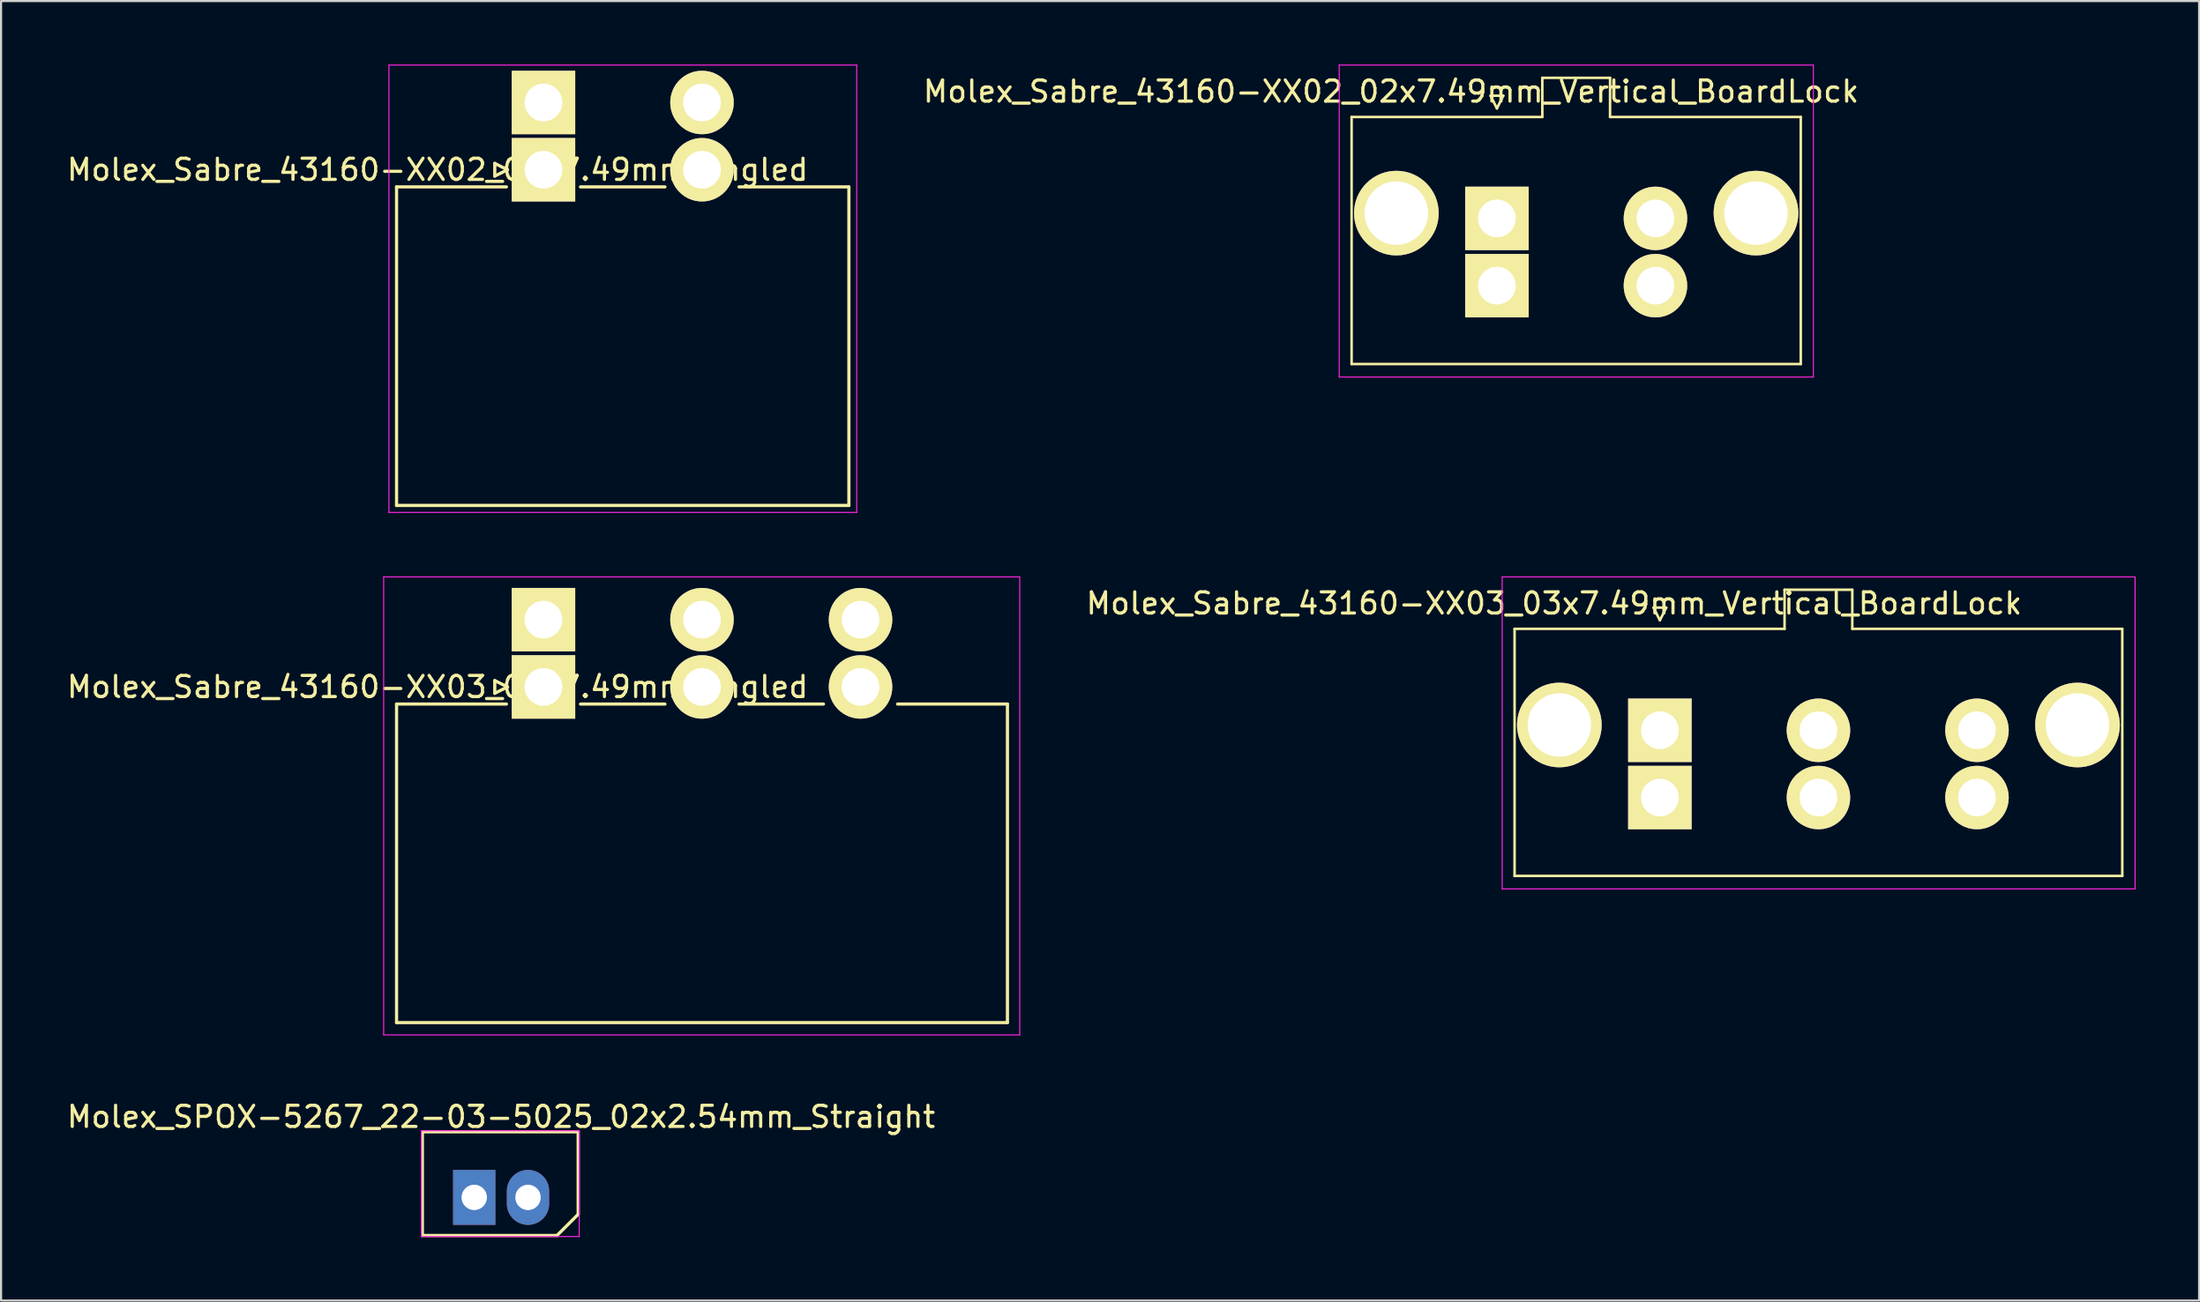
<source format=kicad_pcb>
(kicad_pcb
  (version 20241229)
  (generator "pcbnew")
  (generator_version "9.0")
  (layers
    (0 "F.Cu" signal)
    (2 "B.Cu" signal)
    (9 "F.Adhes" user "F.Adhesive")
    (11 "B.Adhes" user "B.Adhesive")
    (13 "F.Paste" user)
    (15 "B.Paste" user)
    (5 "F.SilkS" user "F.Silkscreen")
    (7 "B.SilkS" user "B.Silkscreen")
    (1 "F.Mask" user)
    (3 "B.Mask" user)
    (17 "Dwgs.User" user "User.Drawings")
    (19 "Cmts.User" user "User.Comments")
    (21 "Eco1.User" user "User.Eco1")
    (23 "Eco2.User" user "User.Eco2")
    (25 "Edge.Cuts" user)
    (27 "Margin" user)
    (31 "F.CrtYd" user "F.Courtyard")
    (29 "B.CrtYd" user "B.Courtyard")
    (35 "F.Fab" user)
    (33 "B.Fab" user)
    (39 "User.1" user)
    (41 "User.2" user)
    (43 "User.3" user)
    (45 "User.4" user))
  (footprint "Molex_Sabre_43160-XX02_02x7.49mm_Angled"
    (layer "F.Cu")
    (at 22.625 4.975)
    (property "Reference" "Molex_Sabre_43160-XX02_02x7.49mm_Angled" (at -5 0 0) (layer "F.SilkS") (effects (font (size 1 1) (thickness 0.15))))
    (attr through_hole)
    (fp_line (start -6.94 0.81) (end -6.94 15.87) (stroke (width 0.15) (type solid)) (layer "F.SilkS"))
    (fp_line (start -6.94 0.81) (end -1.75 0.81) (stroke (width 0.15) (type solid)) (layer "F.SilkS"))
    (fp_line (start -6.94 15.87) (end 14.43 15.87) (stroke (width 0.15) (type solid)) (layer "F.SilkS"))
    (fp_line (start -2.3 -0.3) (end -1.7 0) (stroke (width 0.15) (type solid)) (layer "F.SilkS"))
    (fp_line (start -2.3 0.3) (end -2.3 -0.3) (stroke (width 0.15) (type solid)) (layer "F.SilkS"))
    (fp_line (start -1.7 0) (end -2.3 0.3) (stroke (width 0.15) (type solid)) (layer "F.SilkS"))
    (fp_line (start 1.75 0.81) (end 5.74 0.81) (stroke (width 0.15) (type solid)) (layer "F.SilkS"))
    (fp_line (start 9.24 0.81) (end 14.43 0.81) (stroke (width 0.15) (type solid)) (layer "F.SilkS"))
    (fp_line (start 14.43 15.87) (end 14.43 0.81) (stroke (width 0.15) (type solid)) (layer "F.SilkS"))
    (fp_line (start -7.3 -4.95) (end -7.3 16.2) (stroke (width 0.05) (type solid)) (layer "F.CrtYd"))
    (fp_line (start -7.3 16.2) (end 14.8 16.2) (stroke (width 0.05) (type solid)) (layer "F.CrtYd"))
    (fp_line (start 14.8 -4.95) (end -7.3 -4.95) (stroke (width 0.05) (type solid)) (layer "F.CrtYd"))
    (fp_line (start 14.8 16.2) (end 14.8 -4.95) (stroke (width 0.05) (type solid)) (layer "F.CrtYd"))
    (pad "1" thru_hole rect (at 0 -3.18) (size 3 3) (drill 1.78) (layers "*.Cu" "*.Mask" "F.SilkS"))
    (pad "1" thru_hole rect (at 0 0) (size 3 3) (drill 1.78) (layers "*.Cu" "*.Mask" "F.SilkS"))
    (pad "2" thru_hole circle (at 7.49 -3.18) (size 3 3) (drill 1.78) (layers "*.Cu" "*.Mask" "F.SilkS"))
    (pad "2" thru_hole circle (at 7.49 0) (size 3 3) (drill 1.78) (layers "*.Cu" "*.Mask" "F.SilkS")))
  (footprint "Molex_SPOX-5267_22-03-5025_02x2.54mm_Straight"
    (layer "F.Cu")
    (at 19.355 53.558)
    (property "Reference" "Molex_SPOX-5267_22-03-5025_02x2.54mm_Straight" (at 1.27 -3.81 0) (layer "F.SilkS") (effects (font (size 1 1) (thickness 0.15))))
    (attr through_hole)
    (fp_line (start -2.45 -3.1) (end -2.45 1.8) (stroke (width 0.15) (type solid)) (layer "F.SilkS"))
    (fp_line (start -2.45 1.8) (end 3.91 1.8) (stroke (width 0.15) (type solid)) (layer "F.SilkS"))
    (fp_line (start 3.91 1.8) (end 4.91 0.8) (stroke (width 0.15) (type solid)) (layer "F.SilkS"))
    (fp_line (start 4.91 -3.1) (end -2.45 -3.1) (stroke (width 0.15) (type solid)) (layer "F.SilkS"))
    (fp_line (start 4.91 0.8) (end 4.91 -3.1) (stroke (width 0.15) (type solid)) (layer "F.SilkS"))
    (fp_line (start -2.5 -3.15) (end 4.96 -3.15) (stroke (width 0.05) (type solid)) (layer "F.CrtYd"))
    (fp_line (start -2.5 1.85) (end -2.5 -3.15) (stroke (width 0.05) (type solid)) (layer "F.CrtYd"))
    (fp_line (start 4.96 -3.15) (end 4.96 1.85) (stroke (width 0.05) (type solid)) (layer "F.CrtYd"))
    (fp_line (start 4.96 1.85) (end -2.5 1.85) (stroke (width 0.05) (type solid)) (layer "F.CrtYd"))
    (pad "1" thru_hole rect (at 0 0) (size 2 2.6) (drill 1.2) (layers "*.Cu" "*.Mask"))
    (pad "2" thru_hole oval (at 2.54 0) (size 2 2.6) (drill 1.2) (layers "*.Cu" "*.Mask")))
  (footprint "Molex_Sabre_43160-XX03_03x7.49mm_Angled"
    (layer "F.Cu")
    (at 22.625 29.425)
    (property "Reference" "Molex_Sabre_43160-XX03_03x7.49mm_Angled" (at -5 0 0) (layer "F.SilkS") (effects (font (size 1 1) (thickness 0.15))))
    (attr through_hole)
    (fp_line (start -6.94 0.81) (end -6.94 15.87) (stroke (width 0.15) (type solid)) (layer "F.SilkS"))
    (fp_line (start -6.94 0.81) (end -1.75 0.81) (stroke (width 0.15) (type solid)) (layer "F.SilkS"))
    (fp_line (start -6.94 15.87) (end 21.92 15.87) (stroke (width 0.15) (type solid)) (layer "F.SilkS"))
    (fp_line (start -2.3 -0.3) (end -1.7 0) (stroke (width 0.15) (type solid)) (layer "F.SilkS"))
    (fp_line (start -2.3 0.3) (end -2.3 -0.3) (stroke (width 0.15) (type solid)) (layer "F.SilkS"))
    (fp_line (start -1.7 0) (end -2.3 0.3) (stroke (width 0.15) (type solid)) (layer "F.SilkS"))
    (fp_line (start 1.75 0.81) (end 5.74 0.81) (stroke (width 0.15) (type solid)) (layer "F.SilkS"))
    (fp_line (start 9.24 0.81) (end 13.23 0.81) (stroke (width 0.15) (type solid)) (layer "F.SilkS"))
    (fp_line (start 16.73 0.81) (end 21.92 0.81) (stroke (width 0.15) (type solid)) (layer "F.SilkS"))
    (fp_line (start 21.92 15.87) (end 21.92 0.81) (stroke (width 0.15) (type solid)) (layer "F.SilkS"))
    (fp_line (start -7.55 -5.2) (end -7.55 16.45) (stroke (width 0.05) (type solid)) (layer "F.CrtYd"))
    (fp_line (start -7.55 16.45) (end 22.5 16.45) (stroke (width 0.05) (type solid)) (layer "F.CrtYd"))
    (fp_line (start 22.5 -5.2) (end -7.55 -5.2) (stroke (width 0.05) (type solid)) (layer "F.CrtYd"))
    (fp_line (start 22.5 16.45) (end 22.5 -5.2) (stroke (width 0.05) (type solid)) (layer "F.CrtYd"))
    (pad "1" thru_hole rect (at 0 -3.18) (size 3 3) (drill 1.78) (layers "*.Cu" "*.Mask" "F.SilkS"))
    (pad "1" thru_hole rect (at 0 0) (size 3 3) (drill 1.78) (layers "*.Cu" "*.Mask" "F.SilkS"))
    (pad "2" thru_hole circle (at 7.49 -3.18) (size 3 3) (drill 1.78) (layers "*.Cu" "*.Mask" "F.SilkS"))
    (pad "2" thru_hole circle (at 7.49 0) (size 3 3) (drill 1.78) (layers "*.Cu" "*.Mask" "F.SilkS"))
    (pad "3" thru_hole circle (at 14.98 -3.18) (size 3 3) (drill 1.78) (layers "*.Cu" "*.Mask" "F.SilkS"))
    (pad "3" thru_hole circle (at 14.98 0) (size 3 3) (drill 1.78) (layers "*.Cu" "*.Mask" "F.SilkS")))
  (footprint "Molex_Sabre_43160-XX02_02x7.49mm_Vertical_BoardLock"
    (layer "F.Cu")
    (at 67.67 7.275)
    (property "Reference" "Molex_Sabre_43160-XX02_02x7.49mm_Vertical_BoardLock" (at -5 -6 0) (layer "F.SilkS") (effects (font (size 1 1) (thickness 0.15))))
    (attr through_hole)
    (fp_line (start -6.865 -4.795) (end 2.145 -4.795) (stroke (width 0.12) (type solid)) (layer "F.SilkS"))
    (fp_line (start -6.865 6.885) (end -6.865 -4.795) (stroke (width 0.12) (type solid)) (layer "F.SilkS"))
    (fp_line (start -0.3 -5.8) (end 0 -5.2) (stroke (width 0.12) (type solid)) (layer "F.SilkS"))
    (fp_line (start 0 -5.2) (end 0.3 -5.8) (stroke (width 0.12) (type solid)) (layer "F.SilkS"))
    (fp_line (start 0.3 -5.8) (end -0.3 -5.8) (stroke (width 0.12) (type solid)) (layer "F.SilkS"))
    (fp_line (start 2.145 -6.645) (end 5.345 -6.645) (stroke (width 0.12) (type solid)) (layer "F.SilkS"))
    (fp_line (start 2.145 -4.795) (end 2.145 -6.645) (stroke (width 0.12) (type solid)) (layer "F.SilkS"))
    (fp_line (start 5.345 -6.645) (end 5.345 -4.795) (stroke (width 0.12) (type solid)) (layer "F.SilkS"))
    (fp_line (start 5.345 -4.795) (end 14.355 -4.795) (stroke (width 0.12) (type solid)) (layer "F.SilkS"))
    (fp_line (start 14.355 -4.795) (end 14.355 6.885) (stroke (width 0.12) (type solid)) (layer "F.SilkS"))
    (fp_line (start 14.355 6.885) (end -6.865 6.885) (stroke (width 0.12) (type solid)) (layer "F.SilkS"))
    (fp_line (start -7.45 -7.25) (end -7.45 7.5) (stroke (width 0.05) (type solid)) (layer "F.CrtYd"))
    (fp_line (start -7.45 7.5) (end 14.95 7.5) (stroke (width 0.05) (type solid)) (layer "F.CrtYd"))
    (fp_line (start 14.95 -7.25) (end -7.45 -7.25) (stroke (width 0.05) (type solid)) (layer "F.CrtYd"))
    (fp_line (start 14.95 7.5) (end 14.95 -7.25) (stroke (width 0.05) (type solid)) (layer "F.CrtYd"))
    (pad "" thru_hole circle (at -4.75 -0.25) (size 4 4) (drill 3) (layers "*.Cu" "*.Mask" "F.SilkS"))
    (pad "" thru_hole circle (at 12.24 -0.25) (size 4 4) (drill 3) (layers "*.Cu" "*.Mask" "F.SilkS"))
    (pad "1" thru_hole rect (at 0 0) (size 3 3) (drill 1.78) (layers "*.Cu" "*.Mask" "F.SilkS"))
    (pad "1" thru_hole rect (at 0 3.18) (size 3 3) (drill 1.78) (layers "*.Cu" "*.Mask" "F.SilkS"))
    (pad "2" thru_hole circle (at 7.49 0) (size 3 3) (drill 1.78) (layers "*.Cu" "*.Mask" "F.SilkS"))
    (pad "2" thru_hole circle (at 7.49 3.18) (size 3 3) (drill 1.78) (layers "*.Cu" "*.Mask" "F.SilkS")))
  (footprint "Molex_Sabre_43160-XX03_03x7.49mm_Vertical_BoardLock"
    (layer "F.Cu")
    (at 75.37 31.475)
    (property "Reference" "Molex_Sabre_43160-XX03_03x7.49mm_Vertical_BoardLock" (at -5 -6 0) (layer "F.SilkS") (effects (font (size 1 1) (thickness 0.15))))
    (attr through_hole)
    (fp_line (start -6.865 -4.795) (end 5.89 -4.795) (stroke (width 0.12) (type solid)) (layer "F.SilkS"))
    (fp_line (start -6.865 6.885) (end -6.865 -4.795) (stroke (width 0.12) (type solid)) (layer "F.SilkS"))
    (fp_line (start -0.3 -5.8) (end 0 -5.2) (stroke (width 0.12) (type solid)) (layer "F.SilkS"))
    (fp_line (start 0 -5.2) (end 0.3 -5.8) (stroke (width 0.12) (type solid)) (layer "F.SilkS"))
    (fp_line (start 0.3 -5.8) (end -0.3 -5.8) (stroke (width 0.12) (type solid)) (layer "F.SilkS"))
    (fp_line (start 5.89 -6.645) (end 9.09 -6.645) (stroke (width 0.12) (type solid)) (layer "F.SilkS"))
    (fp_line (start 5.89 -4.795) (end 5.89 -6.645) (stroke (width 0.12) (type solid)) (layer "F.SilkS"))
    (fp_line (start 9.09 -6.645) (end 9.09 -4.795) (stroke (width 0.12) (type solid)) (layer "F.SilkS"))
    (fp_line (start 9.09 -4.795) (end 21.845 -4.795) (stroke (width 0.12) (type solid)) (layer "F.SilkS"))
    (fp_line (start 21.845 -4.795) (end 21.845 6.885) (stroke (width 0.12) (type solid)) (layer "F.SilkS"))
    (fp_line (start 21.845 6.885) (end -6.865 6.885) (stroke (width 0.12) (type solid)) (layer "F.SilkS"))
    (fp_line (start -7.45 -7.25) (end -7.45 7.5) (stroke (width 0.05) (type solid)) (layer "F.CrtYd"))
    (fp_line (start -7.45 7.5) (end 22.45 7.5) (stroke (width 0.05) (type solid)) (layer "F.CrtYd"))
    (fp_line (start 22.45 -7.25) (end -7.45 -7.25) (stroke (width 0.05) (type solid)) (layer "F.CrtYd"))
    (fp_line (start 22.45 7.5) (end 22.45 -7.25) (stroke (width 0.05) (type solid)) (layer "F.CrtYd"))
    (pad "" thru_hole circle (at -4.75 -0.25) (size 4 4) (drill 3) (layers "*.Cu" "*.Mask" "F.SilkS"))
    (pad "" thru_hole circle (at 19.73 -0.25) (size 4 4) (drill 3) (layers "*.Cu" "*.Mask" "F.SilkS"))
    (pad "1" thru_hole rect (at 0 0) (size 3 3) (drill 1.78) (layers "*.Cu" "*.Mask" "F.SilkS"))
    (pad "1" thru_hole rect (at 0 3.18) (size 3 3) (drill 1.78) (layers "*.Cu" "*.Mask" "F.SilkS"))
    (pad "2" thru_hole circle (at 7.49 0) (size 3 3) (drill 1.78) (layers "*.Cu" "*.Mask" "F.SilkS"))
    (pad "2" thru_hole circle (at 7.49 3.18) (size 3 3) (drill 1.78) (layers "*.Cu" "*.Mask" "F.SilkS"))
    (pad "3" thru_hole circle (at 14.98 0) (size 3 3) (drill 1.78) (layers "*.Cu" "*.Mask" "F.SilkS"))
    (pad "3" thru_hole circle (at 14.98 3.18) (size 3 3) (drill 1.78) (layers "*.Cu" "*.Mask" "F.SilkS")))
  (gr_rect
    (start -3 -3)
    (end 100.845 58.433)
    (stroke (width 0.1) (type default))
    (fill no)
    (layer "Edge.Cuts")))
</source>
